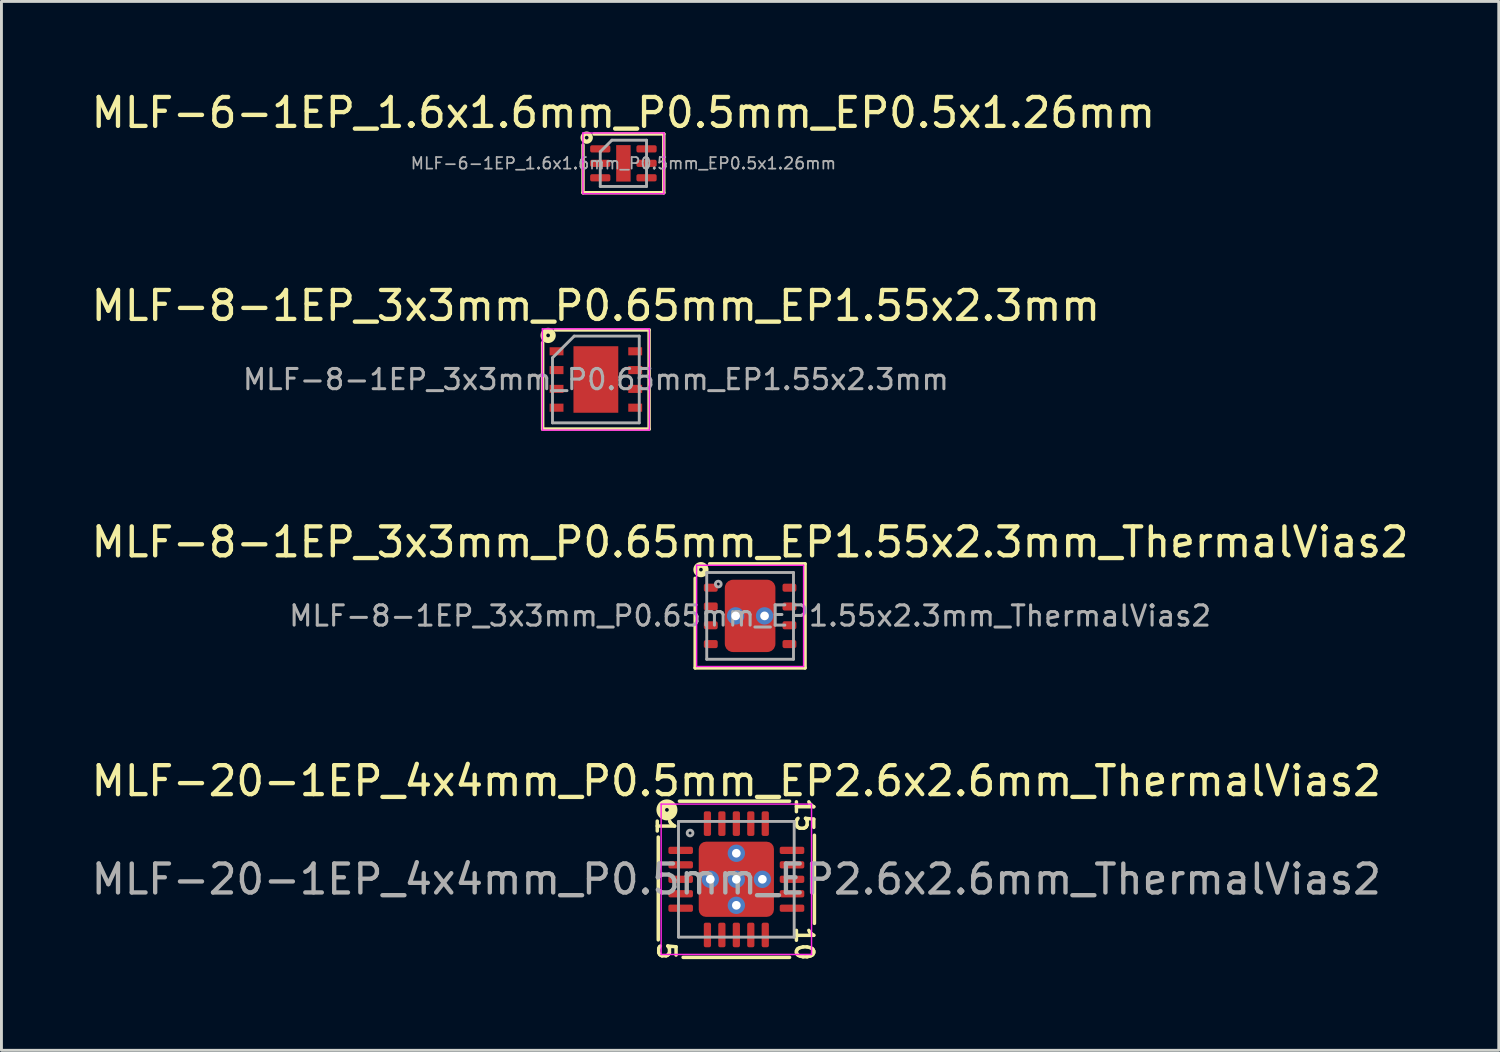
<source format=kicad_pcb>
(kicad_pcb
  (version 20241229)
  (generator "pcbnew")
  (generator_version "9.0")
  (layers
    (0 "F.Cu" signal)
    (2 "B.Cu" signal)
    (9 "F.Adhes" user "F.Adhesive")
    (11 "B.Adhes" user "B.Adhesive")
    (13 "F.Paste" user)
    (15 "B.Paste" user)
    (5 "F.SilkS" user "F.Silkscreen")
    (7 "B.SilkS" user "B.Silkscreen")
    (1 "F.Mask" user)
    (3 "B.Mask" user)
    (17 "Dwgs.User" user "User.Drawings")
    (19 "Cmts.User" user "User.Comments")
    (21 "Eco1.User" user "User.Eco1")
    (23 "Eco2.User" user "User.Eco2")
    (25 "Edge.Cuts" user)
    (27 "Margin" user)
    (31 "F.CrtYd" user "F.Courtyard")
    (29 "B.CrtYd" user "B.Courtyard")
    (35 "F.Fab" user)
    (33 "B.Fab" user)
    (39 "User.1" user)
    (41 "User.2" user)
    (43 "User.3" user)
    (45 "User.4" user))
  (footprint "MLF-20-1EP_4x4mm_P0.5mm_EP2.6x2.6mm_ThermalVias2"
    (layer "F.Cu")
    (at 22.411 27.354)
    (property "Reference" "MLF-20-1EP_4x4mm_P0.5mm_EP2.6x2.6mm_ThermalVias2" (at 0 -3.4 0) (layer "F.SilkS") (effects (font (size 1 1) (thickness 0.15))))
    (attr smd)
    (fp_line (start -2.7 2.095) (end -2.7 -1.46) (stroke (width 0.12) (type solid)) (layer "F.SilkS"))
    (fp_line (start -1.968 -2.7) (end 1.841 -2.7) (stroke (width 0.12) (type solid)) (layer "F.SilkS"))
    (fp_line (start 1.841 2.7) (end -1.841 2.7) (stroke (width 0.12) (type solid)) (layer "F.SilkS"))
    (fp_line (start 2.7 -1.524) (end 2.7 1.524) (stroke (width 0.12) (type solid)) (layer "F.SilkS"))
    (fp_circle (center -2.4 -2.4) (end -2.336 -2.4) (stroke (width 0.3) (type solid)) (fill no) (layer "F.SilkS"))
    (fp_line (start -2.6 -2.6) (end -2.6 2.6) (stroke (width 0.05) (type solid)) (layer "F.CrtYd"))
    (fp_line (start -2.6 2.6) (end 2.6 2.6) (stroke (width 0.05) (type solid)) (layer "F.CrtYd"))
    (fp_line (start 2.6 -2.6) (end -2.6 -2.6) (stroke (width 0.05) (type solid)) (layer "F.CrtYd"))
    (fp_line (start 2.6 2.6) (end 2.6 -2.6) (stroke (width 0.05) (type solid)) (layer "F.CrtYd"))
    (fp_line (start -2 -2) (end 2 -2) (stroke (width 0.1) (type solid)) (layer "F.Fab"))
    (fp_line (start -2 2) (end -2 -2) (stroke (width 0.1) (type solid)) (layer "F.Fab"))
    (fp_line (start 2 -2) (end 2 2) (stroke (width 0.1) (type solid)) (layer "F.Fab"))
    (fp_line (start 2 2) (end -2 2) (stroke (width 0.1) (type solid)) (layer "F.Fab"))
    (fp_circle (center -1.6 -1.6) (end -1.5 -1.6) (stroke (width 0.1) (type solid)) (fill no) (layer "F.Fab"))
    (fp_text user "5" (at -2.413 2.477 270) (unlocked yes) (layer "F.SilkS") (effects (font (size 0.6 0.6) (thickness 0.12))))
    (fp_text user "15" (at 2.349 -2.223 270) (unlocked yes) (layer "F.SilkS") (effects (font (size 0.6 0.6) (thickness 0.12))))
    (fp_text user "10" (at 2.349 2.223 270) (unlocked yes) (layer "F.SilkS") (effects (font (size 0.6 0.6) (thickness 0.12))))
    (fp_text user "1" (at -2.463 -1.841 270) (unlocked yes) (layer "F.SilkS") (effects (font (size 0.6 0.6) (thickness 0.12))))
    (fp_text user "${REFERENCE}" (at 0 0 0) (layer "F.Fab") (effects (font (size 1 1) (thickness 0.15))))
    (pad "" smd roundrect (at -0.75 -0.75) (size 0.7 0.7) (layers "F.Paste") (roundrect_rratio 0.221))
    (pad "" smd roundrect (at -0.75 -0.75) (size 0.9 0.9) (layers "F.Mask") (roundrect_rratio 0.25))
    (pad "" smd roundrect (at -0.75 0.75) (size 0.7 0.7) (layers "F.Paste") (roundrect_rratio 0.221))
    (pad "" smd roundrect (at -0.75 0.75) (size 0.9 0.9) (layers "F.Mask") (roundrect_rratio 0.25))
    (pad "" smd roundrect (at 0.75 -0.75) (size 0.7 0.7) (layers "F.Paste") (roundrect_rratio 0.221))
    (pad "" smd roundrect (at 0.75 -0.75) (size 0.9 0.9) (layers "F.Mask") (roundrect_rratio 0.25))
    (pad "" smd roundrect (at 0.75 0.75) (size 0.7 0.7) (layers "F.Paste") (roundrect_rratio 0.221))
    (pad "" smd roundrect (at 0.75 0.75) (size 0.9 0.9) (layers "F.Mask") (roundrect_rratio 0.25))
    (pad "1" smd roundrect (at -1.925 -1) (size 0.85 0.25) (layers "F.Cu" "F.Mask" "F.Paste") (roundrect_rratio 0.25))
    (pad "2" smd roundrect (at -1.925 -0.5) (size 0.85 0.25) (layers "F.Cu" "F.Mask" "F.Paste") (roundrect_rratio 0.25))
    (pad "3" smd roundrect (at -1.925 0) (size 0.85 0.25) (layers "F.Cu" "F.Mask" "F.Paste") (roundrect_rratio 0.25))
    (pad "4" smd roundrect (at -1.925 0.5) (size 0.85 0.25) (layers "F.Cu" "F.Mask" "F.Paste") (roundrect_rratio 0.25))
    (pad "5" smd roundrect (at -1.925 1) (size 0.85 0.25) (layers "F.Cu" "F.Mask" "F.Paste") (roundrect_rratio 0.25))
    (pad "6" smd roundrect (at -1 1.925) (size 0.25 0.85) (layers "F.Cu" "F.Mask" "F.Paste") (roundrect_rratio 0.25))
    (pad "7" smd roundrect (at -0.5 1.925) (size 0.25 0.85) (layers "F.Cu" "F.Mask" "F.Paste") (roundrect_rratio 0.25))
    (pad "8" smd roundrect (at 0 1.925) (size 0.25 0.85) (layers "F.Cu" "F.Mask" "F.Paste") (roundrect_rratio 0.25))
    (pad "9" smd roundrect (at 0.5 1.925) (size 0.25 0.85) (layers "F.Cu" "F.Mask" "F.Paste") (roundrect_rratio 0.25))
    (pad "10" smd roundrect (at 1 1.925) (size 0.25 0.85) (layers "F.Cu" "F.Mask" "F.Paste") (roundrect_rratio 0.25))
    (pad "11" smd roundrect (at 1.925 1) (size 0.85 0.25) (layers "F.Cu" "F.Mask" "F.Paste") (roundrect_rratio 0.25))
    (pad "12" smd roundrect (at 1.925 0.5) (size 0.85 0.25) (layers "F.Cu" "F.Mask" "F.Paste") (roundrect_rratio 0.25))
    (pad "13" smd roundrect (at 1.925 0) (size 0.85 0.25) (layers "F.Cu" "F.Mask" "F.Paste") (roundrect_rratio 0.25))
    (pad "14" smd roundrect (at 1.925 -0.5) (size 0.85 0.25) (layers "F.Cu" "F.Mask" "F.Paste") (roundrect_rratio 0.25))
    (pad "15" smd roundrect (at 1.925 -1) (size 0.85 0.25) (layers "F.Cu" "F.Mask" "F.Paste") (roundrect_rratio 0.25))
    (pad "16" smd roundrect (at 1 -1.925) (size 0.25 0.85) (layers "F.Cu" "F.Mask" "F.Paste") (roundrect_rratio 0.25))
    (pad "17" smd roundrect (at 0.5 -1.925) (size 0.25 0.85) (layers "F.Cu" "F.Mask" "F.Paste") (roundrect_rratio 0.25))
    (pad "18" smd roundrect (at 0 -1.925) (size 0.25 0.85) (layers "F.Cu" "F.Mask" "F.Paste") (roundrect_rratio 0.25))
    (pad "19" smd roundrect (at -0.5 -1.925) (size 0.25 0.85) (layers "F.Cu" "F.Mask" "F.Paste") (roundrect_rratio 0.25))
    (pad "20" smd roundrect (at -1 -1.925) (size 0.25 0.85) (layers "F.Cu" "F.Mask" "F.Paste") (roundrect_rratio 0.25))
    (pad "21" thru_hole circle (at -0.9 0) (size 0.6 0.6) (drill 0.3) (property pad_prop_heatsink) (layers "*.Cu" "*.Mask"))
    (pad "21" thru_hole circle (at 0 -0.9) (size 0.6 0.6) (drill 0.3) (property pad_prop_heatsink) (layers "*.Cu" "*.Mask"))
    (pad "21" thru_hole circle (at 0 0) (size 0.6 0.6) (drill 0.3) (property pad_prop_heatsink) (layers "*.Cu" "*.Mask"))
    (pad "21" smd roundrect (at 0 0) (size 2.6 2.6) (layers "F.Cu") (roundrect_rratio 0.096))
    (pad "21" thru_hole circle (at 0 0.9) (size 0.6 0.6) (drill 0.3) (property pad_prop_heatsink) (layers "*.Cu" "*.Mask"))
    (pad "21" thru_hole circle (at 0.9 0) (size 0.6 0.6) (drill 0.3) (property pad_prop_heatsink) (layers "*.Cu" "*.Mask")))
  (footprint "MLF-6-1EP_1.6x1.6mm_P0.5mm_EP0.5x1.26mm"
    (layer "F.Cu")
    (at 18.506 2.598)
    (property "Reference" "MLF-6-1EP_1.6x1.6mm_P0.5mm_EP0.5x1.26mm" (at 0 -1.75 0) (layer "F.SilkS") (effects (font (size 1 1) (thickness 0.15))))
    (attr smd)
    (fp_line (start -1.397 1.016) (end -1.397 -0.635) (stroke (width 0.12) (type solid)) (layer "F.SilkS"))
    (fp_line (start -1.016 -1.016) (end 1.397 -1.016) (stroke (width 0.12) (type solid)) (layer "F.SilkS"))
    (fp_line (start 1.397 -1.016) (end 1.397 1.016) (stroke (width 0.12) (type solid)) (layer "F.SilkS"))
    (fp_line (start 1.397 1.016) (end -1.397 1.016) (stroke (width 0.12) (type solid)) (layer "F.SilkS"))
    (fp_circle (center -1.27 -0.889) (end -1.206 -0.889) (stroke (width 0.15) (type solid)) (fill no) (layer "F.SilkS"))
    (fp_line (start -1.4 -1.05) (end -1.4 1.05) (stroke (width 0.05) (type solid)) (layer "F.CrtYd"))
    (fp_line (start -1.4 1.05) (end 1.4 1.05) (stroke (width 0.05) (type solid)) (layer "F.CrtYd"))
    (fp_line (start 1.4 -1.05) (end -1.4 -1.05) (stroke (width 0.05) (type solid)) (layer "F.CrtYd"))
    (fp_line (start 1.4 1.05) (end 1.4 -1.05) (stroke (width 0.05) (type solid)) (layer "F.CrtYd"))
    (fp_line (start -0.8 -0.4) (end -0.4 -0.8) (stroke (width 0.1) (type solid)) (layer "F.Fab"))
    (fp_line (start -0.8 0.8) (end -0.8 -0.4) (stroke (width 0.1) (type solid)) (layer "F.Fab"))
    (fp_line (start -0.4 -0.8) (end 0.8 -0.8) (stroke (width 0.1) (type solid)) (layer "F.Fab"))
    (fp_line (start 0.8 -0.8) (end 0.8 0.8) (stroke (width 0.1) (type solid)) (layer "F.Fab"))
    (fp_line (start 0.8 0.8) (end -0.8 0.8) (stroke (width 0.1) (type solid)) (layer "F.Fab"))
    (fp_text user "${REFERENCE}" (at 0 0 0) (layer "F.Fab") (effects (font (size 0.4 0.4) (thickness 0.06))))
    (pad "" smd roundrect (at 0 -0.315) (size 0.4 0.51) (layers "F.Paste") (roundrect_rratio 0.25))
    (pad "" smd roundrect (at 0 0.315) (size 0.4 0.51) (layers "F.Paste") (roundrect_rratio 0.25))
    (pad "1" smd roundrect (at -0.8 -0.5) (size 0.7 0.25) (layers "F.Cu" "F.Mask" "F.Paste") (roundrect_rratio 0.25))
    (pad "2" smd roundrect (at -0.8 0) (size 0.7 0.25) (layers "F.Cu" "F.Mask" "F.Paste") (roundrect_rratio 0.25))
    (pad "3" smd roundrect (at -0.8 0.5) (size 0.7 0.25) (layers "F.Cu" "F.Mask" "F.Paste") (roundrect_rratio 0.25))
    (pad "4" smd roundrect (at 0.8 0.5) (size 0.7 0.25) (layers "F.Cu" "F.Mask" "F.Paste") (roundrect_rratio 0.25))
    (pad "5" smd roundrect (at 0.8 0) (size 0.7 0.25) (layers "F.Cu" "F.Mask" "F.Paste") (roundrect_rratio 0.25))
    (pad "6" smd roundrect (at 0.8 -0.5) (size 0.7 0.25) (layers "F.Cu" "F.Mask" "F.Paste") (roundrect_rratio 0.25))
    (pad "7" smd rect (at 0 0) (size 0.5 1.26) (layers "F.Cu" "F.Mask")))
  (footprint "MLF-8-1EP_3x3mm_P0.65mm_EP1.55x2.3mm"
    (layer "F.Cu")
    (at 17.554 10.072)
    (property "Reference" "MLF-8-1EP_3x3mm_P0.65mm_EP1.55x2.3mm" (at 0 -2.55 0) (layer "F.SilkS") (effects (font (size 1 1) (thickness 0.15))))
    (attr smd)
    (fp_line (start -1.841 1.714) (end -1.841 -1.27) (stroke (width 0.12) (type solid)) (layer "F.SilkS"))
    (fp_line (start -1.397 -1.714) (end 1.841 -1.714) (stroke (width 0.12) (type solid)) (layer "F.SilkS"))
    (fp_line (start 1.841 -1.714) (end 1.841 1.714) (stroke (width 0.12) (type solid)) (layer "F.SilkS"))
    (fp_line (start 1.841 1.714) (end -1.841 1.714) (stroke (width 0.12) (type solid)) (layer "F.SilkS"))
    (fp_circle (center -1.651 -1.524) (end -1.587 -1.524) (stroke (width 0.2) (type solid)) (fill no) (layer "F.SilkS"))
    (fp_line (start -1.85 -1.75) (end -1.85 1.75) (stroke (width 0.05) (type solid)) (layer "F.CrtYd"))
    (fp_line (start -1.85 -1.75) (end 1.85 -1.75) (stroke (width 0.05) (type solid)) (layer "F.CrtYd"))
    (fp_line (start -1.85 1.75) (end 1.85 1.75) (stroke (width 0.05) (type solid)) (layer "F.CrtYd"))
    (fp_line (start 1.85 -1.75) (end 1.85 1.75) (stroke (width 0.05) (type solid)) (layer "F.CrtYd"))
    (fp_line (start -1.5 -0.75) (end -0.75 -1.5) (stroke (width 0.1) (type solid)) (layer "F.Fab"))
    (fp_line (start -1.5 1.5) (end -1.5 -0.75) (stroke (width 0.1) (type solid)) (layer "F.Fab"))
    (fp_line (start -0.75 -1.5) (end 1.5 -1.5) (stroke (width 0.1) (type solid)) (layer "F.Fab"))
    (fp_line (start 1.5 -1.5) (end 1.5 1.5) (stroke (width 0.1) (type solid)) (layer "F.Fab"))
    (fp_line (start 1.5 1.5) (end -1.5 1.5) (stroke (width 0.1) (type solid)) (layer "F.Fab"))
    (fp_text user "${REFERENCE}" (at 0 0 0) (layer "F.Fab") (effects (font (size 0.7 0.7) (thickness 0.105))))
    (pad "" smd rect (at 0 -0.9) (size 1.5 0.4) (layers "F.Paste"))
    (pad "" smd rect (at 0 0) (size 1.5 0.65) (layers "F.Paste"))
    (pad "" smd rect (at 0 0.9) (size 1.5 0.4) (layers "F.Paste"))
    (pad "1" smd rect (at -1.36 -0.975) (size 0.48 0.28) (layers "F.Cu" "F.Mask" "F.Paste"))
    (pad "2" smd rect (at -1.36 -0.325) (size 0.48 0.28) (layers "F.Cu" "F.Mask" "F.Paste"))
    (pad "3" smd rect (at -1.36 0.325) (size 0.48 0.28) (layers "F.Cu" "F.Mask" "F.Paste"))
    (pad "4" smd rect (at -1.36 0.975) (size 0.48 0.28) (layers "F.Cu" "F.Mask" "F.Paste"))
    (pad "5" smd rect (at 1.36 0.975) (size 0.48 0.28) (layers "F.Cu" "F.Mask" "F.Paste"))
    (pad "6" smd rect (at 1.36 0.325) (size 0.48 0.28) (layers "F.Cu" "F.Mask" "F.Paste"))
    (pad "7" smd rect (at 1.36 -0.325) (size 0.48 0.28) (layers "F.Cu" "F.Mask" "F.Paste"))
    (pad "8" smd rect (at 1.36 -0.975) (size 0.48 0.28) (layers "F.Cu" "F.Mask" "F.Paste"))
    (pad "9" smd rect (at 0 0) (size 1.55 2.3) (layers "F.Cu" "F.Mask")))
  (footprint "MLF-8-1EP_3x3mm_P0.65mm_EP1.55x2.3mm_ThermalVias2"
    (layer "F.Cu")
    (at 22.887 18.246)
    (property "Reference" "MLF-8-1EP_3x3mm_P0.65mm_EP1.55x2.3mm_ThermalVias2" (at 0 -2.55 0) (layer "F.SilkS") (effects (font (size 1 1) (thickness 0.15))))
    (attr smd)
    (fp_line (start -1.9 1.8) (end -1.9 -1.3) (stroke (width 0.12) (type solid)) (layer "F.SilkS"))
    (fp_line (start -1.4 -1.8) (end 1.9 -1.8) (stroke (width 0.12) (type solid)) (layer "F.SilkS"))
    (fp_line (start 1.9 -1.8) (end 1.9 1.8) (stroke (width 0.12) (type solid)) (layer "F.SilkS"))
    (fp_line (start 1.9 1.8) (end -1.9 1.8) (stroke (width 0.12) (type solid)) (layer "F.SilkS"))
    (fp_circle (center -1.7 -1.6) (end -1.637 -1.6) (stroke (width 0.2) (type solid)) (fill no) (layer "F.SilkS"))
    (fp_line (start -1.85 -1.75) (end -1.85 1.75) (stroke (width 0.05) (type solid)) (layer "F.CrtYd"))
    (fp_line (start -1.85 -1.75) (end 1.85 -1.75) (stroke (width 0.05) (type solid)) (layer "F.CrtYd"))
    (fp_line (start -1.85 1.75) (end 1.85 1.75) (stroke (width 0.05) (type solid)) (layer "F.CrtYd"))
    (fp_line (start 1.85 -1.75) (end 1.85 1.75) (stroke (width 0.05) (type solid)) (layer "F.CrtYd"))
    (fp_line (start -1.5 -1.5) (end 1.5 -1.5) (stroke (width 0.1) (type solid)) (layer "F.Fab"))
    (fp_line (start -1.5 1.5) (end -1.5 -1.5) (stroke (width 0.1) (type solid)) (layer "F.Fab"))
    (fp_line (start 1.5 -1.5) (end 1.5 1.5) (stroke (width 0.1) (type solid)) (layer "F.Fab"))
    (fp_line (start 1.5 1.5) (end -1.5 1.5) (stroke (width 0.1) (type solid)) (layer "F.Fab"))
    (fp_circle (center -1.1 -1.1) (end -1 -1.1) (stroke (width 0.1) (type solid)) (fill no) (layer "F.Fab"))
    (fp_text user "${REFERENCE}" (at 0 0 0) (layer "F.Fab") (effects (font (size 0.7 0.7) (thickness 0.105))))
    (pad "" smd roundrect (at -0.388 -0.725) (size 0.575 0.65) (layers "F.Paste") (roundrect_rratio 0.25))
    (pad "" smd roundrect (at -0.388 0.725) (size 0.575 0.65) (layers "F.Paste") (roundrect_rratio 0.25))
    (pad "" smd roundrect (at 0 -0.725) (size 1.55 0.85) (layers "F.Mask") (roundrect_rratio 0.25))
    (pad "" smd roundrect (at 0 0.725) (size 1.55 0.85) (layers "F.Mask") (roundrect_rratio 0.25))
    (pad "" smd roundrect (at 0.388 -0.725) (size 0.575 0.65) (layers "F.Paste") (roundrect_rratio 0.25))
    (pad "" smd roundrect (at 0.388 0.725) (size 0.575 0.65) (layers "F.Paste") (roundrect_rratio 0.25))
    (pad "1" smd roundrect (at -1.36 -0.975) (size 0.48 0.28) (layers "F.Cu" "F.Mask" "F.Paste") (roundrect_rratio 0.25))
    (pad "2" smd roundrect (at -1.36 -0.325) (size 0.48 0.28) (layers "F.Cu" "F.Mask" "F.Paste") (roundrect_rratio 0.25))
    (pad "3" smd roundrect (at -1.36 0.325) (size 0.48 0.28) (layers "F.Cu" "F.Mask" "F.Paste") (roundrect_rratio 0.25))
    (pad "4" smd roundrect (at -1.36 0.975) (size 0.48 0.28) (layers "F.Cu" "F.Mask" "F.Paste") (roundrect_rratio 0.25))
    (pad "5" smd roundrect (at 1.36 0.975) (size 0.48 0.28) (layers "F.Cu" "F.Mask" "F.Paste") (roundrect_rratio 0.25))
    (pad "6" smd roundrect (at 1.36 0.325) (size 0.48 0.28) (layers "F.Cu" "F.Mask" "F.Paste") (roundrect_rratio 0.25))
    (pad "7" smd roundrect (at 1.36 -0.325) (size 0.48 0.28) (layers "F.Cu" "F.Mask" "F.Paste") (roundrect_rratio 0.25))
    (pad "8" smd roundrect (at 1.36 -0.975) (size 0.48 0.28) (layers "F.Cu" "F.Mask" "F.Paste") (roundrect_rratio 0.25))
    (pad "9" thru_hole circle (at -0.5 0) (size 0.6 0.6) (drill 0.3) (property pad_prop_heatsink) (layers "*.Cu" "*.Mask"))
    (pad "9" smd roundrect (at 0 0) (size 1.75 2.5) (layers "F.Cu") (roundrect_rratio 0.161))
    (pad "9" thru_hole circle (at 0.5 0) (size 0.6 0.6) (drill 0.3) (property pad_prop_heatsink) (layers "*.Cu" "*.Mask")))
  (gr_rect
    (start -3 -3)
    (end 48.774 33.268)
    (stroke (width 0.1) (type default))
    (fill no)
    (layer "Edge.Cuts")))
</source>
